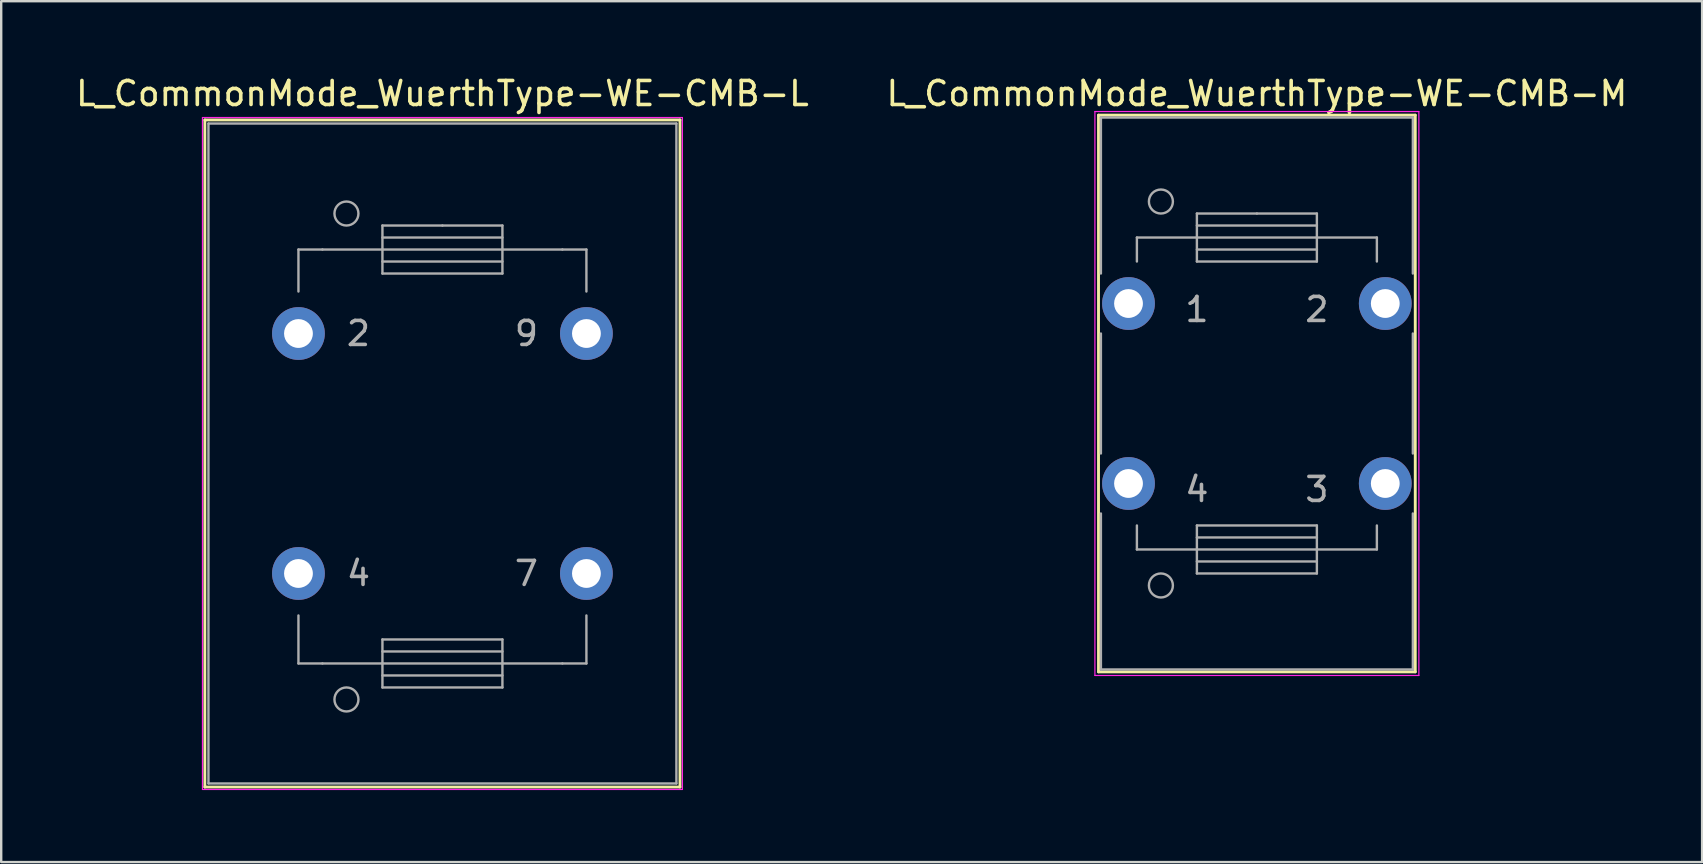
<source format=kicad_pcb>
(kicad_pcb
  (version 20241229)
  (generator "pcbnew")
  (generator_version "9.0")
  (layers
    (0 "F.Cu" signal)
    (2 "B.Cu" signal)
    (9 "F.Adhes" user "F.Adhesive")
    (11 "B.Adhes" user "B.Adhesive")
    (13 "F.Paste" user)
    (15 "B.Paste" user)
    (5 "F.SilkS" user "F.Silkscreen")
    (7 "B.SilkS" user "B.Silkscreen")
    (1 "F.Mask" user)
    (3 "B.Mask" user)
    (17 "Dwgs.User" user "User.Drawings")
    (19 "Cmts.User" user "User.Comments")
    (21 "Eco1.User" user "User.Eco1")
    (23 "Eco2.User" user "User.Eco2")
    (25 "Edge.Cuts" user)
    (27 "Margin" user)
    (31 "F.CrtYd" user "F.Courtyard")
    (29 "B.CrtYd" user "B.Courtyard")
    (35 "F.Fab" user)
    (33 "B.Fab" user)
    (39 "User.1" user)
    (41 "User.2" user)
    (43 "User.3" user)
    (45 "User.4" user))
  (footprint "L_CommonMode_WuerthType-WE-CMB-L"
    (layer "F.Cu")
    (at 9.387 10.848)
    (property "Reference" "L_CommonMode_WuerthType-WE-CMB-L" (at 6 -10 0) (layer "F.SilkS") (effects (font (size 1 1) (thickness 0.15))))
    (attr through_hole)
    (fp_line (start -3.9 18.9) (end -3.9 -8.9) (stroke (width 0.12) (type solid)) (layer "F.SilkS"))
    (fp_line (start -3.9 18.9) (end 15.9 18.9) (stroke (width 0.12) (type solid)) (layer "F.SilkS"))
    (fp_line (start 15.9 -8.9) (end -3.9 -8.9) (stroke (width 0.12) (type solid)) (layer "F.SilkS"))
    (fp_line (start 15.9 18.9) (end 15.9 -8.9) (stroke (width 0.12) (type solid)) (layer "F.SilkS"))
    (fp_line (start -4 -9) (end -4 19) (stroke (width 0.05) (type solid)) (layer "F.CrtYd"))
    (fp_line (start -4 19) (end 16 19) (stroke (width 0.05) (type solid)) (layer "F.CrtYd"))
    (fp_line (start 16 -9) (end -4 -9) (stroke (width 0.05) (type solid)) (layer "F.CrtYd"))
    (fp_line (start 16 19) (end 16 -9) (stroke (width 0.05) (type solid)) (layer "F.CrtYd"))
    (fp_line (start -3.75 -8.75) (end -3.75 18.75) (stroke (width 0.1) (type solid)) (layer "F.Fab"))
    (fp_line (start 0 -3.5) (end 0 -1.75) (stroke (width 0.1) (type solid)) (layer "F.Fab"))
    (fp_line (start 0 13.75) (end 0 11.75) (stroke (width 0.1) (type solid)) (layer "F.Fab"))
    (fp_line (start 1 -3.5) (end 0 -3.5) (stroke (width 0.1) (type solid)) (layer "F.Fab"))
    (fp_line (start 1 13.75) (end 0 13.75) (stroke (width 0.1) (type solid)) (layer "F.Fab"))
    (fp_line (start 1 13.75) (end 3.5 13.75) (stroke (width 0.1) (type solid)) (layer "F.Fab"))
    (fp_line (start 3.5 -4.5) (end 6 -4.5) (stroke (width 0.1) (type solid)) (layer "F.Fab"))
    (fp_line (start 3.5 -3.5) (end 1 -3.5) (stroke (width 0.1) (type solid)) (layer "F.Fab"))
    (fp_line (start 3.5 -3.5) (end 8.5 -3.5) (stroke (width 0.1) (type solid)) (layer "F.Fab"))
    (fp_line (start 3.5 -3) (end 8.5 -3) (stroke (width 0.1) (type solid)) (layer "F.Fab"))
    (fp_line (start 3.5 -2.5) (end 3.5 -4.5) (stroke (width 0.1) (type solid)) (layer "F.Fab"))
    (fp_line (start 3.5 12.75) (end 8.5 12.75) (stroke (width 0.1) (type solid)) (layer "F.Fab"))
    (fp_line (start 3.5 14.25) (end 8.5 14.25) (stroke (width 0.1) (type solid)) (layer "F.Fab"))
    (fp_line (start 3.5 14.75) (end 3.5 12.75) (stroke (width 0.1) (type solid)) (layer "F.Fab"))
    (fp_line (start 6 -4.5) (end 8.5 -4.5) (stroke (width 0.1) (type solid)) (layer "F.Fab"))
    (fp_line (start 8.5 -4.5) (end 8.5 -2.5) (stroke (width 0.1) (type solid)) (layer "F.Fab"))
    (fp_line (start 8.5 -4) (end 3.5 -4) (stroke (width 0.1) (type solid)) (layer "F.Fab"))
    (fp_line (start 8.5 -3.5) (end 11 -3.5) (stroke (width 0.1) (type solid)) (layer "F.Fab"))
    (fp_line (start 8.5 -2.5) (end 3.5 -2.5) (stroke (width 0.1) (type solid)) (layer "F.Fab"))
    (fp_line (start 8.5 12.75) (end 8.5 14.75) (stroke (width 0.1) (type solid)) (layer "F.Fab"))
    (fp_line (start 8.5 13.25) (end 3.5 13.25) (stroke (width 0.1) (type solid)) (layer "F.Fab"))
    (fp_line (start 8.5 13.75) (end 3.5 13.75) (stroke (width 0.1) (type solid)) (layer "F.Fab"))
    (fp_line (start 8.5 14.75) (end 3.5 14.75) (stroke (width 0.1) (type solid)) (layer "F.Fab"))
    (fp_line (start 11 -3.5) (end 12 -3.5) (stroke (width 0.1) (type solid)) (layer "F.Fab"))
    (fp_line (start 11 13.75) (end 8.5 13.75) (stroke (width 0.1) (type solid)) (layer "F.Fab"))
    (fp_line (start 11 13.75) (end 12 13.75) (stroke (width 0.1) (type solid)) (layer "F.Fab"))
    (fp_line (start 12 -3.5) (end 12 -1.75) (stroke (width 0.1) (type solid)) (layer "F.Fab"))
    (fp_line (start 12 13.75) (end 12 11.75) (stroke (width 0.1) (type solid)) (layer "F.Fab"))
    (fp_line (start 15.75 -8.75) (end -3.75 -8.75) (stroke (width 0.1) (type solid)) (layer "F.Fab"))
    (fp_line (start 15.75 -8.75) (end 15.75 18.75) (stroke (width 0.1) (type solid)) (layer "F.Fab"))
    (fp_line (start 15.75 18.75) (end -3.75 18.75) (stroke (width 0.1) (type solid)) (layer "F.Fab"))
    (fp_circle (center 2 -5) (end 2.5 -5) (stroke (width 0.1) (type solid)) (fill no) (layer "F.Fab"))
    (fp_circle (center 2 15.25) (end 2.5 15.25) (stroke (width 0.1) (type solid)) (fill no) (layer "F.Fab"))
    (fp_text user "7" (at 9.5 10 0) (layer "F.Fab") (effects (font (size 1 1) (thickness 0.15))))
    (fp_text user "9" (at 9.5 0 0) (layer "F.Fab") (effects (font (size 1 1) (thickness 0.15))))
    (fp_text user "4" (at 2.5 10 0) (layer "F.Fab") (effects (font (size 1 1) (thickness 0.15))))
    (fp_text user "2" (at 2.5 0 0) (layer "F.Fab") (effects (font (size 1 1) (thickness 0.15))))
    (pad "2" thru_hole circle (at 0 0) (size 2.2 2.2) (drill 1.2) (layers "*.Cu" "*.Mask"))
    (pad "4" thru_hole circle (at 0 10) (size 2.2 2.2) (drill 1.2) (layers "*.Cu" "*.Mask"))
    (pad "7" thru_hole circle (at 12 10) (size 2.2 2.2) (drill 1.2) (layers "*.Cu" "*.Mask"))
    (pad "9" thru_hole circle (at 12 0) (size 2.2 2.2) (drill 1.2) (layers "*.Cu" "*.Mask")))
  (footprint "L_CommonMode_WuerthType-WE-CMB-M"
    (layer "F.Cu")
    (at 43.977 9.598)
    (property "Reference" "L_CommonMode_WuerthType-WE-CMB-M" (at 5.35 -8.75 0) (layer "F.SilkS") (effects (font (size 1 1) (thickness 0.15))))
    (attr through_hole)
    (fp_line (start -1.25 -7.85) (end 11.95 -7.85) (stroke (width 0.12) (type solid)) (layer "F.SilkS"))
    (fp_line (start -1.25 15.35) (end -1.25 -7.85) (stroke (width 0.12) (type solid)) (layer "F.SilkS"))
    (fp_line (start 11.95 -7.85) (end 11.95 15.35) (stroke (width 0.12) (type solid)) (layer "F.SilkS"))
    (fp_line (start 11.95 15.35) (end -1.25 15.35) (stroke (width 0.12) (type solid)) (layer "F.SilkS"))
    (fp_line (start -1.4 -8) (end 12.1 -8) (stroke (width 0.05) (type solid)) (layer "F.CrtYd"))
    (fp_line (start -1.4 15.5) (end -1.4 -8) (stroke (width 0.05) (type solid)) (layer "F.CrtYd"))
    (fp_line (start 12.1 -8) (end 12.1 15.5) (stroke (width 0.05) (type solid)) (layer "F.CrtYd"))
    (fp_line (start 12.1 15.5) (end -1.4 15.5) (stroke (width 0.05) (type solid)) (layer "F.CrtYd"))
    (fp_line (start -1.15 -7.75) (end 11.85 -7.75) (stroke (width 0.1) (type solid)) (layer "F.Fab"))
    (fp_line (start -1.15 -1.25) (end -1.15 -7.75) (stroke (width 0.1) (type solid)) (layer "F.Fab"))
    (fp_line (start -1.15 6.25) (end -1.15 1.25) (stroke (width 0.1) (type solid)) (layer "F.Fab"))
    (fp_line (start -1.15 15.25) (end -1.15 8.75) (stroke (width 0.1) (type solid)) (layer "F.Fab"))
    (fp_line (start 0.35 -2.75) (end 0.35 -1.75) (stroke (width 0.1) (type solid)) (layer "F.Fab"))
    (fp_line (start 0.35 9.25) (end 0.35 10.25) (stroke (width 0.1) (type solid)) (layer "F.Fab"))
    (fp_line (start 0.35 10.25) (end 2.85 10.25) (stroke (width 0.1) (type solid)) (layer "F.Fab"))
    (fp_line (start 2.85 -3.75) (end 5.35 -3.75) (stroke (width 0.1) (type solid)) (layer "F.Fab"))
    (fp_line (start 2.85 -2.75) (end 0.35 -2.75) (stroke (width 0.1) (type solid)) (layer "F.Fab"))
    (fp_line (start 2.85 -2.75) (end 7.85 -2.75) (stroke (width 0.1) (type solid)) (layer "F.Fab"))
    (fp_line (start 2.85 -2.25) (end 7.85 -2.25) (stroke (width 0.1) (type solid)) (layer "F.Fab"))
    (fp_line (start 2.85 -1.75) (end 2.85 -3.75) (stroke (width 0.1) (type solid)) (layer "F.Fab"))
    (fp_line (start 2.85 9.25) (end 7.85 9.25) (stroke (width 0.1) (type solid)) (layer "F.Fab"))
    (fp_line (start 2.85 10.75) (end 7.85 10.75) (stroke (width 0.1) (type solid)) (layer "F.Fab"))
    (fp_line (start 2.85 11.25) (end 2.85 9.25) (stroke (width 0.1) (type solid)) (layer "F.Fab"))
    (fp_line (start 5.35 -3.75) (end 7.85 -3.75) (stroke (width 0.1) (type solid)) (layer "F.Fab"))
    (fp_line (start 7.85 -3.75) (end 7.85 -1.75) (stroke (width 0.1) (type solid)) (layer "F.Fab"))
    (fp_line (start 7.85 -3.25) (end 2.85 -3.25) (stroke (width 0.1) (type solid)) (layer "F.Fab"))
    (fp_line (start 7.85 -2.75) (end 10.35 -2.75) (stroke (width 0.1) (type solid)) (layer "F.Fab"))
    (fp_line (start 7.85 -1.75) (end 2.85 -1.75) (stroke (width 0.1) (type solid)) (layer "F.Fab"))
    (fp_line (start 7.85 9.25) (end 7.85 11.25) (stroke (width 0.1) (type solid)) (layer "F.Fab"))
    (fp_line (start 7.85 9.75) (end 2.85 9.75) (stroke (width 0.1) (type solid)) (layer "F.Fab"))
    (fp_line (start 7.85 10.25) (end 2.85 10.25) (stroke (width 0.1) (type solid)) (layer "F.Fab"))
    (fp_line (start 7.85 11.25) (end 2.85 11.25) (stroke (width 0.1) (type solid)) (layer "F.Fab"))
    (fp_line (start 10.35 -2.75) (end 10.35 -1.75) (stroke (width 0.1) (type solid)) (layer "F.Fab"))
    (fp_line (start 10.35 9.25) (end 10.35 10.25) (stroke (width 0.1) (type solid)) (layer "F.Fab"))
    (fp_line (start 10.35 10.25) (end 7.85 10.25) (stroke (width 0.1) (type solid)) (layer "F.Fab"))
    (fp_line (start 11.85 -7.75) (end 11.85 -1.25) (stroke (width 0.1) (type solid)) (layer "F.Fab"))
    (fp_line (start 11.85 1.25) (end 11.85 6.25) (stroke (width 0.1) (type solid)) (layer "F.Fab"))
    (fp_line (start 11.85 8.75) (end 11.85 15.25) (stroke (width 0.1) (type solid)) (layer "F.Fab"))
    (fp_line (start 11.85 15.25) (end -1.15 15.25) (stroke (width 0.1) (type solid)) (layer "F.Fab"))
    (fp_circle (center 1.35 -4.25) (end 1.85 -4.25) (stroke (width 0.1) (type solid)) (fill no) (layer "F.Fab"))
    (fp_circle (center 1.35 11.75) (end 1.85 11.75) (stroke (width 0.1) (type solid)) (fill no) (layer "F.Fab"))
    (fp_text user "1" (at 2.85 0.25 0) (layer "F.Fab") (effects (font (size 1 1) (thickness 0.15))))
    (fp_text user "3" (at 7.85 7.75 0) (layer "F.Fab") (effects (font (size 1 1) (thickness 0.15))))
    (fp_text user "4" (at 2.85 7.75 0) (layer "F.Fab") (effects (font (size 1 1) (thickness 0.15))))
    (fp_text user "2" (at 7.85 0.25 0) (layer "F.Fab") (effects (font (size 1 1) (thickness 0.15))))
    (pad "1" thru_hole circle (at 0 0) (size 2.2 2.2) (drill 1.2) (layers "*.Cu" "*.Mask"))
    (pad "2" thru_hole circle (at 10.7 0) (size 2.2 2.2) (drill 1.2) (layers "*.Cu" "*.Mask"))
    (pad "3" thru_hole circle (at 10.7 7.5) (size 2.2 2.2) (drill 1.2) (layers "*.Cu" "*.Mask"))
    (pad "4" thru_hole circle (at 0 7.5) (size 2.2 2.2) (drill 1.2) (layers "*.Cu" "*.Mask")))
  (gr_rect
    (start -3 -3)
    (end 67.881 32.873)
    (stroke (width 0.1) (type default))
    (fill no)
    (layer "Edge.Cuts")))
</source>
